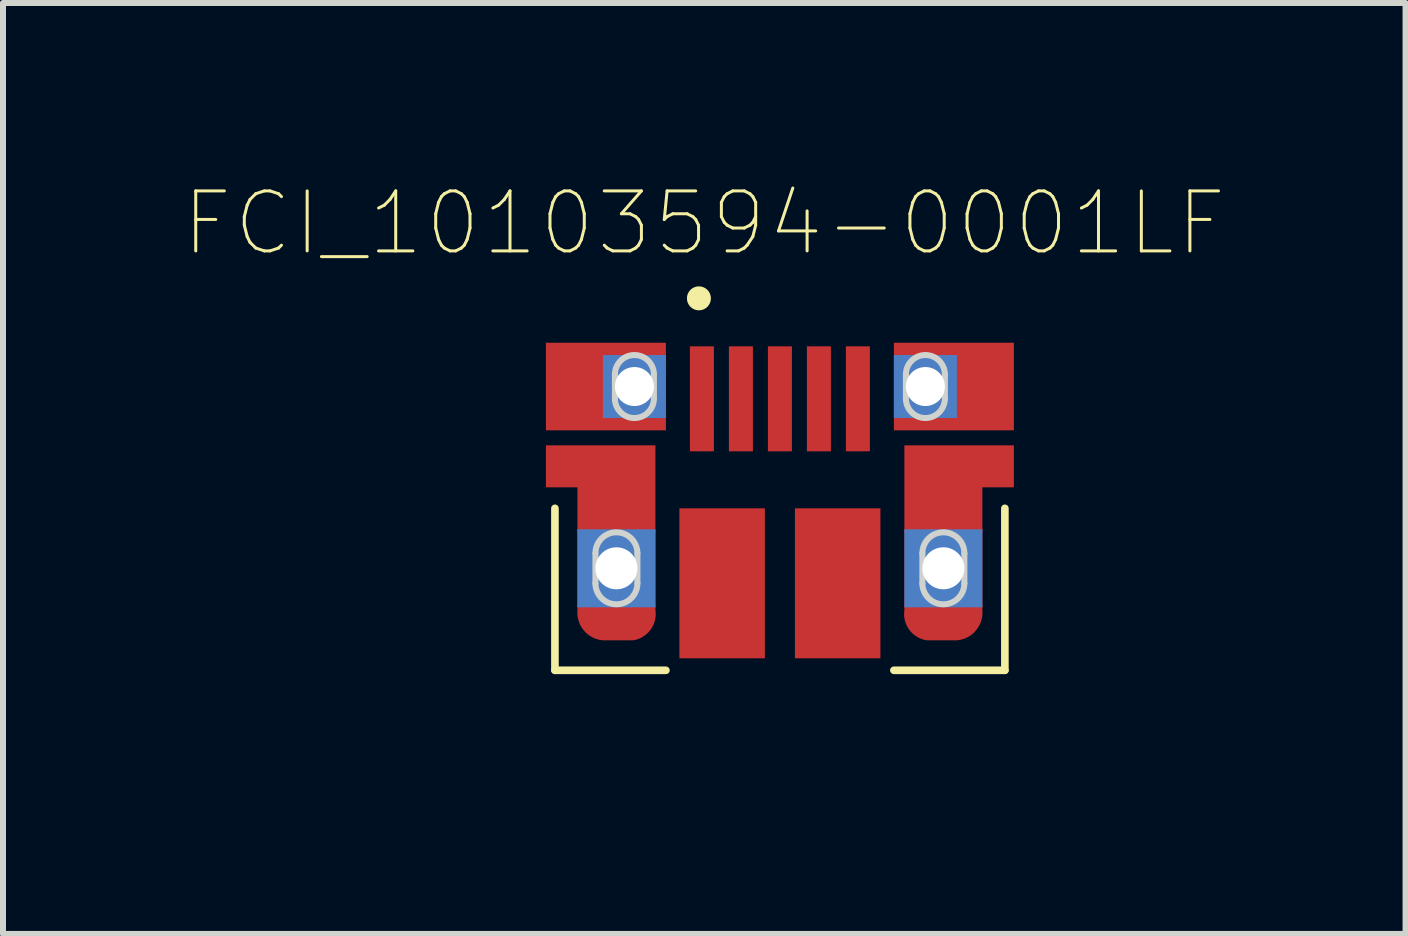
<source format=kicad_pcb>
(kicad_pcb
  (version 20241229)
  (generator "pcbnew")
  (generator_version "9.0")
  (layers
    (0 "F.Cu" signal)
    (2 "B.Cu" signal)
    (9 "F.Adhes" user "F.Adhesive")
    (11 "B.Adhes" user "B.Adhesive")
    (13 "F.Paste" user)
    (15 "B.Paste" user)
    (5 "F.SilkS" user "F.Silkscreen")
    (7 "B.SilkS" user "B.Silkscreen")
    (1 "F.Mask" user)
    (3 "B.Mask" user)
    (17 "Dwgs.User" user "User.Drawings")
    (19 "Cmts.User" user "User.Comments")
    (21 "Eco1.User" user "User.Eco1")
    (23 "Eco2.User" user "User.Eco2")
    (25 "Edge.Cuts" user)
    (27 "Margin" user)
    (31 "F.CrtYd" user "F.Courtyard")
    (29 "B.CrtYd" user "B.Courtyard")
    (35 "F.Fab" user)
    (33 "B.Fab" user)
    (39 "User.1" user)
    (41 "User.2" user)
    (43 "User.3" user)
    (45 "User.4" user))
  (footprint "FCI_10103594-0001LF"
    (layer "F.Cu")
    (at 9.95 6.423)
    (property "Reference" "FCI_10103594-0001LF" (at -1.261 -5.751 0) (layer "F.SilkS") (effects (font (size 1 1) (thickness 0.05))))
    (attr smd)
    (fp_poly (pts (xy -3.9 -2.05) (xy -3.9 -1.35) (xy -3.375 -1.35) (xy -3.375 -0.6) (xy -2.075 -0.6) (xy -2.075 -2.05)) (stroke (width 0.0001) (type solid)) (fill yes) (layer "F.Cu"))
    (fp_poly (pts (xy 3.9 -2.05) (xy 3.9 -1.35) (xy 3.375 -1.35) (xy 3.375 -0.6) (xy 2.075 -0.6) (xy 2.075 -2.05)) (stroke (width 0.0001) (type solid)) (fill yes) (layer "F.Cu"))
    (fp_poly (pts (xy -1.9 -3.555) (xy -1.9 -3.76) (xy -3.9 -3.76) (xy -3.9 -2.3) (xy -1.9 -2.3) (xy -1.9 -2.505) (xy -2.9 -2.505) (xy -2.9 -3.555)) (stroke (width 0.0001) (type solid)) (fill yes) (layer "F.Cu"))
    (fp_poly (pts (xy 1.9 -3.555) (xy 1.9 -3.76) (xy 3.9 -3.76) (xy 3.9 -2.3) (xy 1.9 -2.3) (xy 1.9 -2.505) (xy 2.9 -2.505) (xy 2.9 -3.555)) (stroke (width 0.0001) (type solid)) (fill yes) (layer "F.Cu"))
    (fp_poly (pts (xy -3.375 0.7) (xy -3.375 0.6) (xy -2.075 0.6) (xy -2.075 0.7) (xy -2.073 0.712) (xy -2.071 0.736) (xy -2.07 0.759) (xy -2.071 0.782) (xy -2.072 0.805) (xy -2.075 0.828) (xy -2.079 0.851) (xy -2.084 0.873) (xy -2.091 0.895) (xy -2.098 0.917) (xy -2.107 0.939) (xy -2.117 0.96) (xy -2.128 0.98) (xy -2.14 1) (xy -2.153 1.019) (xy -2.167 1.038) (xy -2.181 1.055) (xy -2.197 1.072) (xy -2.214 1.088) (xy -2.231 1.104) (xy -2.25 1.118) (xy -2.268 1.131) (xy -2.288 1.143) (xy -2.308 1.155) (xy -2.329 1.165) (xy -2.35 1.174) (xy -2.372 1.182) (xy -2.394 1.189) (xy -2.417 1.194) (xy -2.44 1.199) (xy -2.45 1.2) (xy -2.95 1.2) (xy -2.965 1.199) (xy -2.989 1.195) (xy -3.013 1.191) (xy -3.037 1.185) (xy -3.06 1.178) (xy -3.083 1.169) (xy -3.105 1.16) (xy -3.127 1.149) (xy -3.148 1.137) (xy -3.169 1.125) (xy -3.189 1.111) (xy -3.208 1.096) (xy -3.226 1.08) (xy -3.244 1.063) (xy -3.26 1.045) (xy -3.276 1.026) (xy -3.29 1.007) (xy -3.304 0.987) (xy -3.317 0.966) (xy -3.328 0.945) (xy -3.338 0.923) (xy -3.347 0.9) (xy -3.355 0.877) (xy -3.362 0.854) (xy -3.367 0.83) (xy -3.372 0.806) (xy -3.375 0.782) (xy -3.376 0.758) (xy -3.377 0.733) (xy -3.376 0.709)) (stroke (width 0.0001) (type solid)) (fill yes) (layer "F.Cu"))
    (fp_poly (pts (xy 3.375 0.7) (xy 3.375 0.6) (xy 2.075 0.6) (xy 2.075 0.7) (xy 2.073 0.712) (xy 2.071 0.736) (xy 2.07 0.759) (xy 2.071 0.782) (xy 2.072 0.805) (xy 2.075 0.828) (xy 2.079 0.851) (xy 2.084 0.873) (xy 2.091 0.895) (xy 2.098 0.917) (xy 2.107 0.939) (xy 2.117 0.96) (xy 2.128 0.98) (xy 2.14 1) (xy 2.153 1.019) (xy 2.167 1.038) (xy 2.181 1.055) (xy 2.197 1.072) (xy 2.214 1.088) (xy 2.231 1.104) (xy 2.25 1.118) (xy 2.268 1.131) (xy 2.288 1.143) (xy 2.308 1.155) (xy 2.329 1.165) (xy 2.35 1.174) (xy 2.372 1.182) (xy 2.394 1.189) (xy 2.417 1.194) (xy 2.44 1.199) (xy 2.45 1.2) (xy 2.95 1.2) (xy 2.965 1.199) (xy 2.989 1.195) (xy 3.013 1.191) (xy 3.037 1.185) (xy 3.06 1.178) (xy 3.083 1.169) (xy 3.105 1.16) (xy 3.127 1.149) (xy 3.148 1.137) (xy 3.169 1.125) (xy 3.189 1.111) (xy 3.208 1.096) (xy 3.226 1.08) (xy 3.244 1.063) (xy 3.26 1.045) (xy 3.276 1.026) (xy 3.29 1.007) (xy 3.304 0.987) (xy 3.317 0.966) (xy 3.328 0.945) (xy 3.338 0.923) (xy 3.347 0.9) (xy 3.355 0.877) (xy 3.362 0.854) (xy 3.367 0.83) (xy 3.372 0.806) (xy 3.375 0.782) (xy 3.376 0.758) (xy 3.377 0.733) (xy 3.376 0.709)) (stroke (width 0.0001) (type solid)) (fill yes) (layer "F.Cu"))
    (fp_poly (pts (xy -4 -3.86) (xy -1.8 -3.86) (xy -1.8 -2.2) (xy -4 -2.2)) (stroke (width 0) (type solid)) (fill yes) (layer "F.Mask"))
    (fp_poly (pts (xy 1.8 -3.86) (xy 4 -3.86) (xy 4 -2.2) (xy 1.8 -2.2)) (stroke (width 0) (type solid)) (fill yes) (layer "F.Mask"))
    (fp_poly (pts (xy -4 -2.15) (xy -1.95 -2.15) (xy -1.95 0.7) (xy -1.949 0.716) (xy -1.948 0.745) (xy -1.948 0.774) (xy -1.95 0.803) (xy -1.954 0.832) (xy -1.959 0.86) (xy -1.965 0.888) (xy -1.973 0.916) (xy -1.983 0.943) (xy -1.993 0.97) (xy -2.006 0.997) (xy -2.019 1.022) (xy -2.034 1.047) (xy -2.05 1.071) (xy -2.068 1.094) (xy -2.086 1.116) (xy -2.106 1.137) (xy -2.127 1.157) (xy -2.149 1.176) (xy -2.171 1.194) (xy -2.195 1.211) (xy -2.22 1.226) (xy -2.245 1.24) (xy -2.271 1.253) (xy -2.298 1.264) (xy -2.325 1.274) (xy -2.352 1.282) (xy -2.38 1.289) (xy -2.409 1.295) (xy -2.437 1.299) (xy -2.45 1.3) (xy -2.95 1.3) (xy -2.967 1.299) (xy -2.996 1.295) (xy -3.025 1.29) (xy -3.054 1.283) (xy -3.082 1.275) (xy -3.11 1.266) (xy -3.137 1.255) (xy -3.164 1.242) (xy -3.19 1.228) (xy -3.216 1.213) (xy -3.24 1.197) (xy -3.264 1.179) (xy -3.286 1.16) (xy -3.308 1.14) (xy -3.328 1.119) (xy -3.348 1.096) (xy -3.366 1.073) (xy -3.383 1.049) (xy -3.398 1.024) (xy -3.413 0.998) (xy -3.426 0.971) (xy -3.437 0.944) (xy -3.447 0.916) (xy -3.456 0.888) (xy -3.463 0.86) (xy -3.469 0.831) (xy -3.473 0.801) (xy -3.475 0.772) (xy -3.476 0.742) (xy -3.476 0.713) (xy -3.475 0.7) (xy -3.475 -1.25) (xy -4 -1.25)) (stroke (width 0.0001) (type solid)) (fill yes) (layer "F.Mask"))
    (fp_poly (pts (xy 4 -2.15) (xy 1.95 -2.15) (xy 1.95 0.7) (xy 1.949 0.716) (xy 1.948 0.745) (xy 1.948 0.774) (xy 1.95 0.803) (xy 1.954 0.832) (xy 1.959 0.86) (xy 1.965 0.888) (xy 1.973 0.916) (xy 1.983 0.943) (xy 1.993 0.97) (xy 2.006 0.997) (xy 2.019 1.022) (xy 2.034 1.047) (xy 2.05 1.071) (xy 2.068 1.094) (xy 2.086 1.116) (xy 2.106 1.137) (xy 2.127 1.157) (xy 2.149 1.176) (xy 2.171 1.194) (xy 2.195 1.211) (xy 2.22 1.226) (xy 2.245 1.24) (xy 2.271 1.253) (xy 2.298 1.264) (xy 2.325 1.274) (xy 2.352 1.282) (xy 2.38 1.289) (xy 2.409 1.295) (xy 2.437 1.299) (xy 2.45 1.3) (xy 2.95 1.3) (xy 2.967 1.299) (xy 2.996 1.295) (xy 3.025 1.29) (xy 3.054 1.283) (xy 3.082 1.275) (xy 3.11 1.266) (xy 3.137 1.255) (xy 3.164 1.242) (xy 3.19 1.228) (xy 3.216 1.213) (xy 3.24 1.197) (xy 3.264 1.179) (xy 3.286 1.16) (xy 3.308 1.14) (xy 3.328 1.119) (xy 3.348 1.096) (xy 3.366 1.073) (xy 3.383 1.049) (xy 3.398 1.024) (xy 3.413 0.998) (xy 3.426 0.971) (xy 3.437 0.944) (xy 3.447 0.916) (xy 3.456 0.888) (xy 3.463 0.86) (xy 3.469 0.831) (xy 3.473 0.801) (xy 3.475 0.772) (xy 3.476 0.742) (xy 3.476 0.713) (xy 3.475 0.7) (xy 3.475 -1.25) (xy 4 -1.25)) (stroke (width 0.0001) (type solid)) (fill yes) (layer "F.Mask"))
    (fp_line (start -3.75 -1) (end -3.75 1.7) (stroke (width 0.127) (type solid)) (layer "F.SilkS"))
    (fp_line (start -3.75 1.7) (end -1.9 1.7) (stroke (width 0.127) (type solid)) (layer "F.SilkS"))
    (fp_line (start 3.75 -1) (end 3.75 1.7) (stroke (width 0.127) (type solid)) (layer "F.SilkS"))
    (fp_line (start 3.75 1.7) (end 1.9 1.7) (stroke (width 0.127) (type solid)) (layer "F.SilkS"))
    (fp_circle (center -1.35 -4.5) (end -1.25 -4.5) (stroke (width 0.2) (type solid)) (fill no) (layer "F.SilkS"))
    (fp_poly (pts (xy -3.9 -3.76) (xy -1.9 -3.76) (xy -1.9 -3.04) (xy -2.1 -3.04) (xy -2.1 -3.23) (xy -2.1 -3.239) (xy -2.101 -3.256) (xy -2.103 -3.272) (xy -2.105 -3.289) (xy -2.109 -3.306) (xy -2.113 -3.322) (xy -2.119 -3.339) (xy -2.125 -3.354) (xy -2.132 -3.37) (xy -2.139 -3.385) (xy -2.148 -3.4) (xy -2.157 -3.414) (xy -2.167 -3.428) (xy -2.178 -3.441) (xy -2.189 -3.454) (xy -2.201 -3.466) (xy -2.214 -3.477) (xy -2.227 -3.488) (xy -2.241 -3.498) (xy -2.255 -3.507) (xy -2.27 -3.516) (xy -2.285 -3.523) (xy -2.301 -3.53) (xy -2.316 -3.536) (xy -2.333 -3.542) (xy -2.349 -3.546) (xy -2.366 -3.55) (xy -2.383 -3.552) (xy -2.399 -3.554) (xy -2.416 -3.555) (xy -2.425 -3.555) (xy -2.434 -3.555) (xy -2.451 -3.554) (xy -2.467 -3.552) (xy -2.484 -3.55) (xy -2.501 -3.546) (xy -2.517 -3.542) (xy -2.534 -3.536) (xy -2.549 -3.53) (xy -2.565 -3.523) (xy -2.58 -3.516) (xy -2.595 -3.507) (xy -2.609 -3.498) (xy -2.623 -3.488) (xy -2.636 -3.477) (xy -2.649 -3.466) (xy -2.661 -3.454) (xy -2.672 -3.441) (xy -2.683 -3.428) (xy -2.693 -3.414) (xy -2.702 -3.4) (xy -2.711 -3.385) (xy -2.718 -3.37) (xy -2.725 -3.354) (xy -2.731 -3.339) (xy -2.737 -3.322) (xy -2.741 -3.306) (xy -2.745 -3.289) (xy -2.747 -3.272) (xy -2.749 -3.256) (xy -2.75 -3.239) (xy -2.75 -3.23) (xy -2.75 -3.04) (xy -3.9 -3.04)) (stroke (width 0.0001) (type solid)) (fill yes) (layer "F.Paste"))
    (fp_poly (pts (xy -3.9 -2.3) (xy -1.9 -2.3) (xy -1.9 -3.04) (xy -2.1 -3.04) (xy -2.1 -2.83) (xy -2.1 -2.821) (xy -2.101 -2.804) (xy -2.103 -2.788) (xy -2.105 -2.771) (xy -2.109 -2.754) (xy -2.113 -2.738) (xy -2.119 -2.721) (xy -2.125 -2.706) (xy -2.132 -2.69) (xy -2.139 -2.675) (xy -2.148 -2.66) (xy -2.157 -2.646) (xy -2.167 -2.632) (xy -2.178 -2.619) (xy -2.189 -2.606) (xy -2.201 -2.594) (xy -2.214 -2.583) (xy -2.227 -2.572) (xy -2.241 -2.562) (xy -2.255 -2.553) (xy -2.27 -2.544) (xy -2.285 -2.537) (xy -2.301 -2.53) (xy -2.316 -2.524) (xy -2.333 -2.518) (xy -2.349 -2.514) (xy -2.366 -2.51) (xy -2.383 -2.508) (xy -2.399 -2.506) (xy -2.416 -2.505) (xy -2.425 -2.505) (xy -2.434 -2.505) (xy -2.451 -2.506) (xy -2.467 -2.508) (xy -2.484 -2.51) (xy -2.501 -2.514) (xy -2.517 -2.518) (xy -2.534 -2.524) (xy -2.549 -2.53) (xy -2.565 -2.537) (xy -2.58 -2.544) (xy -2.595 -2.553) (xy -2.609 -2.562) (xy -2.623 -2.572) (xy -2.636 -2.583) (xy -2.649 -2.594) (xy -2.661 -2.606) (xy -2.672 -2.619) (xy -2.683 -2.632) (xy -2.693 -2.646) (xy -2.702 -2.66) (xy -2.711 -2.675) (xy -2.718 -2.69) (xy -2.725 -2.706) (xy -2.731 -2.721) (xy -2.737 -2.738) (xy -2.741 -2.754) (xy -2.745 -2.771) (xy -2.747 -2.788) (xy -2.749 -2.804) (xy -2.75 -2.821) (xy -2.75 -2.83) (xy -2.75 -3.04) (xy -3.9 -3.04)) (stroke (width 0.0001) (type solid)) (fill yes) (layer "F.Paste"))
    (fp_poly (pts (xy 3.9 -3.76) (xy 1.9 -3.76) (xy 1.9 -3.02) (xy 2.1 -3.02) (xy 2.1 -3.23) (xy 2.1 -3.239) (xy 2.101 -3.256) (xy 2.103 -3.272) (xy 2.105 -3.289) (xy 2.109 -3.306) (xy 2.113 -3.322) (xy 2.119 -3.339) (xy 2.125 -3.354) (xy 2.132 -3.37) (xy 2.139 -3.385) (xy 2.148 -3.4) (xy 2.157 -3.414) (xy 2.167 -3.428) (xy 2.178 -3.441) (xy 2.189 -3.454) (xy 2.201 -3.466) (xy 2.214 -3.477) (xy 2.227 -3.488) (xy 2.241 -3.498) (xy 2.255 -3.507) (xy 2.27 -3.516) (xy 2.285 -3.523) (xy 2.301 -3.53) (xy 2.316 -3.536) (xy 2.333 -3.542) (xy 2.349 -3.546) (xy 2.366 -3.55) (xy 2.383 -3.552) (xy 2.399 -3.554) (xy 2.416 -3.555) (xy 2.425 -3.555) (xy 2.434 -3.555) (xy 2.451 -3.554) (xy 2.467 -3.552) (xy 2.484 -3.55) (xy 2.501 -3.546) (xy 2.517 -3.542) (xy 2.534 -3.536) (xy 2.549 -3.53) (xy 2.565 -3.523) (xy 2.58 -3.516) (xy 2.595 -3.507) (xy 2.609 -3.498) (xy 2.623 -3.488) (xy 2.636 -3.477) (xy 2.649 -3.466) (xy 2.661 -3.454) (xy 2.672 -3.441) (xy 2.683 -3.428) (xy 2.693 -3.414) (xy 2.702 -3.4) (xy 2.711 -3.385) (xy 2.718 -3.37) (xy 2.725 -3.354) (xy 2.731 -3.339) (xy 2.737 -3.322) (xy 2.741 -3.306) (xy 2.745 -3.289) (xy 2.747 -3.272) (xy 2.749 -3.256) (xy 2.75 -3.239) (xy 2.75 -3.23) (xy 2.75 -3.02) (xy 3.9 -3.02)) (stroke (width 0.0001) (type solid)) (fill yes) (layer "F.Paste"))
    (fp_poly (pts (xy 3.9 -2.3) (xy 1.9 -2.3) (xy 1.9 -3.02) (xy 2.1 -3.02) (xy 2.1 -2.83) (xy 2.1 -2.821) (xy 2.101 -2.804) (xy 2.103 -2.788) (xy 2.105 -2.771) (xy 2.109 -2.754) (xy 2.113 -2.738) (xy 2.119 -2.721) (xy 2.125 -2.706) (xy 2.132 -2.69) (xy 2.139 -2.675) (xy 2.148 -2.66) (xy 2.157 -2.646) (xy 2.167 -2.632) (xy 2.178 -2.619) (xy 2.189 -2.606) (xy 2.201 -2.594) (xy 2.214 -2.583) (xy 2.227 -2.572) (xy 2.241 -2.562) (xy 2.255 -2.553) (xy 2.27 -2.544) (xy 2.285 -2.537) (xy 2.301 -2.53) (xy 2.316 -2.524) (xy 2.333 -2.518) (xy 2.349 -2.514) (xy 2.366 -2.51) (xy 2.383 -2.508) (xy 2.399 -2.506) (xy 2.416 -2.505) (xy 2.425 -2.505) (xy 2.434 -2.505) (xy 2.451 -2.506) (xy 2.467 -2.508) (xy 2.484 -2.51) (xy 2.501 -2.514) (xy 2.517 -2.518) (xy 2.534 -2.524) (xy 2.549 -2.53) (xy 2.565 -2.537) (xy 2.58 -2.544) (xy 2.595 -2.553) (xy 2.609 -2.562) (xy 2.623 -2.572) (xy 2.636 -2.583) (xy 2.649 -2.594) (xy 2.661 -2.606) (xy 2.672 -2.619) (xy 2.683 -2.632) (xy 2.693 -2.646) (xy 2.702 -2.66) (xy 2.711 -2.675) (xy 2.718 -2.69) (xy 2.725 -2.706) (xy 2.731 -2.721) (xy 2.737 -2.738) (xy 2.741 -2.754) (xy 2.745 -2.771) (xy 2.747 -2.788) (xy 2.749 -2.804) (xy 2.75 -2.821) (xy 2.75 -2.83) (xy 2.75 -3.02) (xy 3.9 -3.02)) (stroke (width 0.0001) (type solid)) (fill yes) (layer "F.Paste"))
    (fp_poly (pts (xy -3.9 -2.05) (xy -2.075 -2.05) (xy -2.075 0) (xy -2.375 0) (xy -2.375 -0.25) (xy -2.375 -0.259) (xy -2.376 -0.277) (xy -2.378 -0.296) (xy -2.381 -0.314) (xy -2.385 -0.332) (xy -2.389 -0.349) (xy -2.395 -0.367) (xy -2.402 -0.384) (xy -2.409 -0.401) (xy -2.417 -0.417) (xy -2.426 -0.433) (xy -2.436 -0.448) (xy -2.447 -0.463) (xy -2.459 -0.477) (xy -2.471 -0.491) (xy -2.484 -0.504) (xy -2.498 -0.516) (xy -2.512 -0.528) (xy -2.527 -0.539) (xy -2.542 -0.549) (xy -2.558 -0.558) (xy -2.574 -0.566) (xy -2.591 -0.573) (xy -2.608 -0.58) (xy -2.626 -0.586) (xy -2.643 -0.59) (xy -2.661 -0.594) (xy -2.679 -0.597) (xy -2.698 -0.599) (xy -2.716 -0.6) (xy -2.725 -0.6) (xy -2.734 -0.6) (xy -2.752 -0.599) (xy -2.771 -0.597) (xy -2.789 -0.594) (xy -2.807 -0.59) (xy -2.824 -0.586) (xy -2.842 -0.58) (xy -2.859 -0.573) (xy -2.876 -0.566) (xy -2.892 -0.558) (xy -2.908 -0.549) (xy -2.923 -0.539) (xy -2.938 -0.528) (xy -2.952 -0.516) (xy -2.966 -0.504) (xy -2.979 -0.491) (xy -2.991 -0.477) (xy -3.003 -0.463) (xy -3.014 -0.448) (xy -3.024 -0.433) (xy -3.033 -0.417) (xy -3.041 -0.401) (xy -3.048 -0.384) (xy -3.055 -0.367) (xy -3.061 -0.349) (xy -3.065 -0.332) (xy -3.069 -0.314) (xy -3.072 -0.296) (xy -3.074 -0.277) (xy -3.075 -0.259) (xy -3.075 -0.25) (xy -3.075 0) (xy -3.375 0) (xy -3.375 -1.35) (xy -3.9 -1.35)) (stroke (width 0.0001) (type solid)) (fill yes) (layer "F.Paste"))
    (fp_poly (pts (xy 3.9 -2.05) (xy 2.075 -2.05) (xy 2.075 0) (xy 2.375 0) (xy 2.375 -0.25) (xy 2.375 -0.259) (xy 2.376 -0.277) (xy 2.378 -0.296) (xy 2.381 -0.314) (xy 2.385 -0.332) (xy 2.389 -0.349) (xy 2.395 -0.367) (xy 2.402 -0.384) (xy 2.409 -0.401) (xy 2.417 -0.417) (xy 2.426 -0.433) (xy 2.436 -0.448) (xy 2.447 -0.463) (xy 2.459 -0.477) (xy 2.471 -0.491) (xy 2.484 -0.504) (xy 2.498 -0.516) (xy 2.512 -0.528) (xy 2.527 -0.539) (xy 2.542 -0.549) (xy 2.558 -0.558) (xy 2.574 -0.566) (xy 2.591 -0.573) (xy 2.608 -0.58) (xy 2.626 -0.586) (xy 2.643 -0.59) (xy 2.661 -0.594) (xy 2.679 -0.597) (xy 2.698 -0.599) (xy 2.716 -0.6) (xy 2.725 -0.6) (xy 2.734 -0.6) (xy 2.752 -0.599) (xy 2.771 -0.597) (xy 2.789 -0.594) (xy 2.807 -0.59) (xy 2.824 -0.586) (xy 2.842 -0.58) (xy 2.859 -0.573) (xy 2.876 -0.566) (xy 2.892 -0.558) (xy 2.908 -0.549) (xy 2.923 -0.539) (xy 2.938 -0.528) (xy 2.952 -0.516) (xy 2.966 -0.504) (xy 2.979 -0.491) (xy 2.991 -0.477) (xy 3.003 -0.463) (xy 3.014 -0.448) (xy 3.024 -0.433) (xy 3.033 -0.417) (xy 3.041 -0.401) (xy 3.048 -0.384) (xy 3.055 -0.367) (xy 3.061 -0.349) (xy 3.065 -0.332) (xy 3.069 -0.314) (xy 3.072 -0.296) (xy 3.074 -0.277) (xy 3.075 -0.259) (xy 3.075 -0.25) (xy 3.075 0) (xy 3.375 0) (xy 3.375 -1.35) (xy 3.9 -1.35)) (stroke (width 0.0001) (type solid)) (fill yes) (layer "F.Paste"))
    (fp_poly (pts (xy 2.075 0) (xy 2.375 0) (xy 2.375 0.255) (xy 2.375 0.264) (xy 2.376 0.282) (xy 2.378 0.301) (xy 2.381 0.319) (xy 2.385 0.337) (xy 2.389 0.354) (xy 2.395 0.372) (xy 2.402 0.389) (xy 2.409 0.406) (xy 2.417 0.422) (xy 2.426 0.438) (xy 2.436 0.453) (xy 2.447 0.468) (xy 2.459 0.482) (xy 2.471 0.496) (xy 2.484 0.509) (xy 2.498 0.521) (xy 2.512 0.533) (xy 2.527 0.544) (xy 2.542 0.554) (xy 2.558 0.563) (xy 2.574 0.571) (xy 2.591 0.578) (xy 2.608 0.585) (xy 2.626 0.591) (xy 2.643 0.595) (xy 2.661 0.599) (xy 2.679 0.602) (xy 2.698 0.604) (xy 2.716 0.605) (xy 2.725 0.605) (xy 2.734 0.605) (xy 2.752 0.604) (xy 2.771 0.602) (xy 2.789 0.599) (xy 2.807 0.595) (xy 2.824 0.591) (xy 2.842 0.585) (xy 2.859 0.578) (xy 2.876 0.571) (xy 2.892 0.563) (xy 2.908 0.554) (xy 2.923 0.544) (xy 2.938 0.533) (xy 2.952 0.521) (xy 2.966 0.509) (xy 2.979 0.496) (xy 2.991 0.482) (xy 3.003 0.468) (xy 3.014 0.453) (xy 3.024 0.438) (xy 3.033 0.422) (xy 3.041 0.406) (xy 3.048 0.389) (xy 3.055 0.372) (xy 3.061 0.354) (xy 3.065 0.337) (xy 3.069 0.319) (xy 3.072 0.301) (xy 3.074 0.282) (xy 3.075 0.264) (xy 3.075 0.255) (xy 3.075 0) (xy 3.375 0) (xy 3.375 0.765) (xy 3.375 0.774) (xy 3.374 0.797) (xy 3.371 0.82) (xy 3.368 0.842) (xy 3.363 0.865) (xy 3.357 0.887) (xy 3.35 0.909) (xy 3.342 0.93) (xy 3.333 0.951) (xy 3.322 0.971) (xy 3.311 0.991) (xy 3.298 1.01) (xy 3.285 1.029) (xy 3.27 1.047) (xy 3.255 1.064) (xy 3.239 1.08) (xy 3.222 1.095) (xy 3.204 1.11) (xy 3.185 1.123) (xy 3.166 1.136) (xy 3.146 1.147) (xy 3.126 1.158) (xy 3.105 1.167) (xy 3.084 1.175) (xy 3.062 1.182) (xy 3.04 1.188) (xy 3.017 1.193) (xy 2.995 1.196) (xy 2.972 1.199) (xy 2.949 1.2) (xy 2.935 1.2) (xy 2.45 1.2) (xy 2.436 1.198) (xy 2.414 1.195) (xy 2.393 1.191) (xy 2.372 1.185) (xy 2.351 1.178) (xy 2.33 1.17) (xy 2.31 1.161) (xy 2.291 1.152) (xy 2.272 1.141) (xy 2.254 1.129) (xy 2.236 1.116) (xy 2.219 1.102) (xy 2.203 1.088) (xy 2.187 1.072) (xy 2.173 1.056) (xy 2.159 1.039) (xy 2.146 1.021) (xy 2.134 1.003) (xy 2.123 0.984) (xy 2.114 0.965) (xy 2.105 0.945) (xy 2.097 0.924) (xy 2.09 0.903) (xy 2.084 0.882) (xy 2.08 0.861) (xy 2.076 0.839) (xy 2.074 0.818) (xy 2.073 0.796) (xy 2.073 0.774) (xy 2.074 0.752) (xy 2.075 0.745)) (stroke (width 0.0001) (type solid)) (fill yes) (layer "F.Paste"))
    (fp_poly (pts (xy -3.375 0) (xy -3.075 0) (xy -3.075 0.25) (xy -3.075 0.259) (xy -3.074 0.277) (xy -3.072 0.296) (xy -3.069 0.314) (xy -3.065 0.332) (xy -3.061 0.349) (xy -3.055 0.367) (xy -3.048 0.384) (xy -3.041 0.401) (xy -3.033 0.417) (xy -3.024 0.433) (xy -3.014 0.448) (xy -3.003 0.463) (xy -2.991 0.477) (xy -2.979 0.491) (xy -2.966 0.504) (xy -2.952 0.516) (xy -2.938 0.528) (xy -2.923 0.539) (xy -2.908 0.549) (xy -2.892 0.558) (xy -2.876 0.566) (xy -2.859 0.573) (xy -2.842 0.58) (xy -2.824 0.586) (xy -2.807 0.59) (xy -2.789 0.594) (xy -2.771 0.597) (xy -2.752 0.599) (xy -2.734 0.6) (xy -2.725 0.6) (xy -2.716 0.6) (xy -2.698 0.599) (xy -2.679 0.597) (xy -2.661 0.594) (xy -2.643 0.59) (xy -2.626 0.586) (xy -2.608 0.58) (xy -2.591 0.573) (xy -2.574 0.566) (xy -2.558 0.558) (xy -2.542 0.549) (xy -2.527 0.539) (xy -2.512 0.528) (xy -2.498 0.516) (xy -2.484 0.504) (xy -2.471 0.491) (xy -2.459 0.477) (xy -2.447 0.463) (xy -2.436 0.448) (xy -2.426 0.433) (xy -2.417 0.417) (xy -2.409 0.401) (xy -2.402 0.384) (xy -2.395 0.367) (xy -2.389 0.349) (xy -2.385 0.332) (xy -2.381 0.314) (xy -2.378 0.296) (xy -2.376 0.277) (xy -2.375 0.259) (xy -2.375 0.25) (xy -2.375 0) (xy -2.075 0) (xy -2.075 0.76) (xy -2.075 0.772) (xy -2.076 0.795) (xy -2.079 0.817) (xy -2.082 0.84) (xy -2.087 0.863) (xy -2.093 0.885) (xy -2.1 0.907) (xy -2.108 0.928) (xy -2.118 0.949) (xy -2.128 0.97) (xy -2.14 0.99) (xy -2.152 1.009) (xy -2.166 1.028) (xy -2.18 1.046) (xy -2.196 1.063) (xy -2.212 1.079) (xy -2.229 1.095) (xy -2.247 1.109) (xy -2.266 1.123) (xy -2.285 1.135) (xy -2.305 1.147) (xy -2.326 1.157) (xy -2.347 1.167) (xy -2.368 1.175) (xy -2.39 1.182) (xy -2.412 1.188) (xy -2.435 1.193) (xy -2.458 1.196) (xy -2.48 1.199) (xy -2.503 1.2) (xy -2.515 1.2) (xy -2.52 1.2) (xy -2.91 1.2) (xy -2.915 1.2) (xy -2.927 1.2) (xy -2.951 1.199) (xy -2.975 1.196) (xy -2.999 1.192) (xy -3.022 1.187) (xy -3.046 1.181) (xy -3.069 1.174) (xy -3.091 1.165) (xy -3.113 1.155) (xy -3.135 1.144) (xy -3.155 1.132) (xy -3.176 1.119) (xy -3.195 1.105) (xy -3.214 1.09) (xy -3.232 1.074) (xy -3.249 1.057) (xy -3.265 1.039) (xy -3.28 1.02) (xy -3.294 1.001) (xy -3.307 0.98) (xy -3.319 0.96) (xy -3.33 0.938) (xy -3.34 0.916) (xy -3.349 0.894) (xy -3.356 0.871) (xy -3.362 0.847) (xy -3.367 0.824) (xy -3.371 0.8) (xy -3.374 0.776) (xy -3.375 0.752) (xy -3.375 0.74)) (stroke (width 0.0001) (type solid)) (fill yes) (layer "F.Paste"))
    (fp_line (start -4.57 3.07) (end -4.15 2.2) (stroke (width 0.05) (type solid)) (layer "Eco1.User"))
    (fp_line (start -4.57 3.07) (end 4.52 3.07) (stroke (width 0.05) (type solid)) (layer "Eco1.User"))
    (fp_line (start -4.15 -4.01) (end 4.15 -4.01) (stroke (width 0.05) (type solid)) (layer "Eco1.User"))
    (fp_line (start -4.15 2.2) (end -4.15 -4.01) (stroke (width 0.05) (type solid)) (layer "Eco1.User"))
    (fp_line (start 4.15 -4.01) (end 4.15 2.2) (stroke (width 0.05) (type solid)) (layer "Eco1.User"))
    (fp_line (start 4.52 3.07) (end 4.15 2.2) (stroke (width 0.05) (type solid)) (layer "Eco1.User"))
    (fp_line (start -4.02 2.82) (end -3.75 2.2) (stroke (width 0.127) (type solid)) (layer "Eco2.User"))
    (fp_line (start -4.02 2.82) (end 4.02 2.82) (stroke (width 0.127) (type solid)) (layer "Eco2.User"))
    (fp_line (start -3.75 -3.11) (end -3.75 1.7) (stroke (width 0.127) (type solid)) (layer "Eco2.User"))
    (fp_line (start -3.75 -3.11) (end 3.75 -3.11) (stroke (width 0.127) (type solid)) (layer "Eco2.User"))
    (fp_line (start -3.75 1.7) (end -3.75 2.2) (stroke (width 0.127) (type solid)) (layer "Eco2.User"))
    (fp_line (start -3.75 1.7) (end 5 1.7) (stroke (width 0.127) (type solid)) (layer "Eco2.User"))
    (fp_line (start 3.75 -3.11) (end 3.75 2.2) (stroke (width 0.127) (type solid)) (layer "Eco2.User"))
    (fp_line (start 4.02 2.82) (end 3.75 2.2) (stroke (width 0.127) (type solid)) (layer "Eco2.User"))
    (fp_circle (center -1.35 -4.5) (end -1.25 -4.5) (stroke (width 0.2) (type solid)) (fill no) (layer "Eco2.User"))
    (fp_line (start -3.075 -0.25) (end -3.075 0.25) (stroke (width 0.1) (type solid)) (layer "Edge.Cuts"))
    (fp_line (start -2.75 -2.83) (end -2.75 -3.23) (stroke (width 0.1) (type solid)) (layer "Edge.Cuts"))
    (fp_line (start -2.375 0.25) (end -2.375 -0.25) (stroke (width 0.1) (type solid)) (layer "Edge.Cuts"))
    (fp_line (start -2.1 -3.23) (end -2.1 -2.83) (stroke (width 0.1) (type solid)) (layer "Edge.Cuts"))
    (fp_line (start 2.1 -3.23) (end 2.1 -2.83) (stroke (width 0.1) (type solid)) (layer "Edge.Cuts"))
    (fp_line (start 2.375 0.25) (end 2.375 -0.25) (stroke (width 0.1) (type solid)) (layer "Edge.Cuts"))
    (fp_line (start 2.75 -2.83) (end 2.75 -3.23) (stroke (width 0.1) (type solid)) (layer "Edge.Cuts"))
    (fp_line (start 3.075 -0.25) (end 3.075 0.25) (stroke (width 0.1) (type solid)) (layer "Edge.Cuts"))
    (fp_arc (start -3.075 -0.25) (mid -2.725 -0.6) (end -2.375 -0.25) (stroke (width 0.1) (type solid)) (layer "Edge.Cuts"))
    (fp_arc (start -2.75 -3.23) (mid -2.425 -3.555) (end -2.1 -3.23) (stroke (width 0.1) (type solid)) (layer "Edge.Cuts"))
    (fp_arc (start -2.375 0.25) (mid -2.725 0.6) (end -3.075 0.25) (stroke (width 0.1) (type solid)) (layer "Edge.Cuts"))
    (fp_arc (start -2.1 -2.83) (mid -2.425 -2.505) (end -2.75 -2.83) (stroke (width 0.1) (type solid)) (layer "Edge.Cuts"))
    (fp_arc (start 2.1 -3.23) (mid 2.425 -3.555) (end 2.75 -3.23) (stroke (width 0.1) (type solid)) (layer "Edge.Cuts"))
    (fp_arc (start 2.375 -0.25) (mid 2.725 -0.6) (end 3.075 -0.25) (stroke (width 0.1) (type solid)) (layer "Edge.Cuts"))
    (fp_arc (start 2.75 -2.83) (mid 2.425 -2.505) (end 2.1 -2.83) (stroke (width 0.1) (type solid)) (layer "Edge.Cuts"))
    (fp_arc (start 3.075 0.25) (mid 2.725 0.6) (end 2.375 0.25) (stroke (width 0.1) (type solid)) (layer "Edge.Cuts"))
    (pad "1" smd rect (at -1.3 -2.825 90) (size 1.75 0.4) (layers "F.Cu" "F.Mask" "F.Paste"))
    (pad "2" smd rect (at -0.65 -2.825 90) (size 1.75 0.4) (layers "F.Cu" "F.Mask" "F.Paste"))
    (pad "3" smd rect (at 0 -2.825 90) (size 1.75 0.4) (layers "F.Cu" "F.Mask" "F.Paste"))
    (pad "4" smd rect (at 0.65 -2.825 90) (size 1.75 0.4) (layers "F.Cu" "F.Mask" "F.Paste"))
    (pad "5" smd rect (at 1.3 -2.825 90) (size 1.75 0.4) (layers "F.Cu" "F.Mask" "F.Paste"))
    (pad "S1" smd rect (at -0.963 0.25 180) (size 1.425 2.5) (layers "F.Cu" "F.Mask" "F.Paste"))
    (pad "S2" smd rect (at 0.963 0.25) (size 1.425 2.5) (layers "F.Cu" "F.Mask" "F.Paste"))
    (pad "S3" thru_hole rect (at -2.425 -3.03) (size 1.05 1.05) (drill 0.65) (layers "*.Cu" "*.Mask"))
    (pad "S4" thru_hole rect (at 2.425 -3.03 180) (size 1.05 1.05) (drill 0.65) (layers "*.Cu" "*.Mask"))
    (pad "S5" thru_hole rect (at -2.725 0 90) (size 1.3 1.3) (drill 0.7) (layers "*.Cu" "*.Mask"))
    (pad "S6" thru_hole rect (at 2.725 0 90) (size 1.3 1.3) (drill 0.7) (layers "*.Cu" "*.Mask")))
  (gr_rect
    (start -3 -3)
    (end 20.379 12.518)
    (stroke (width 0.1) (type default))
    (fill no)
    (layer "Edge.Cuts")))
</source>
